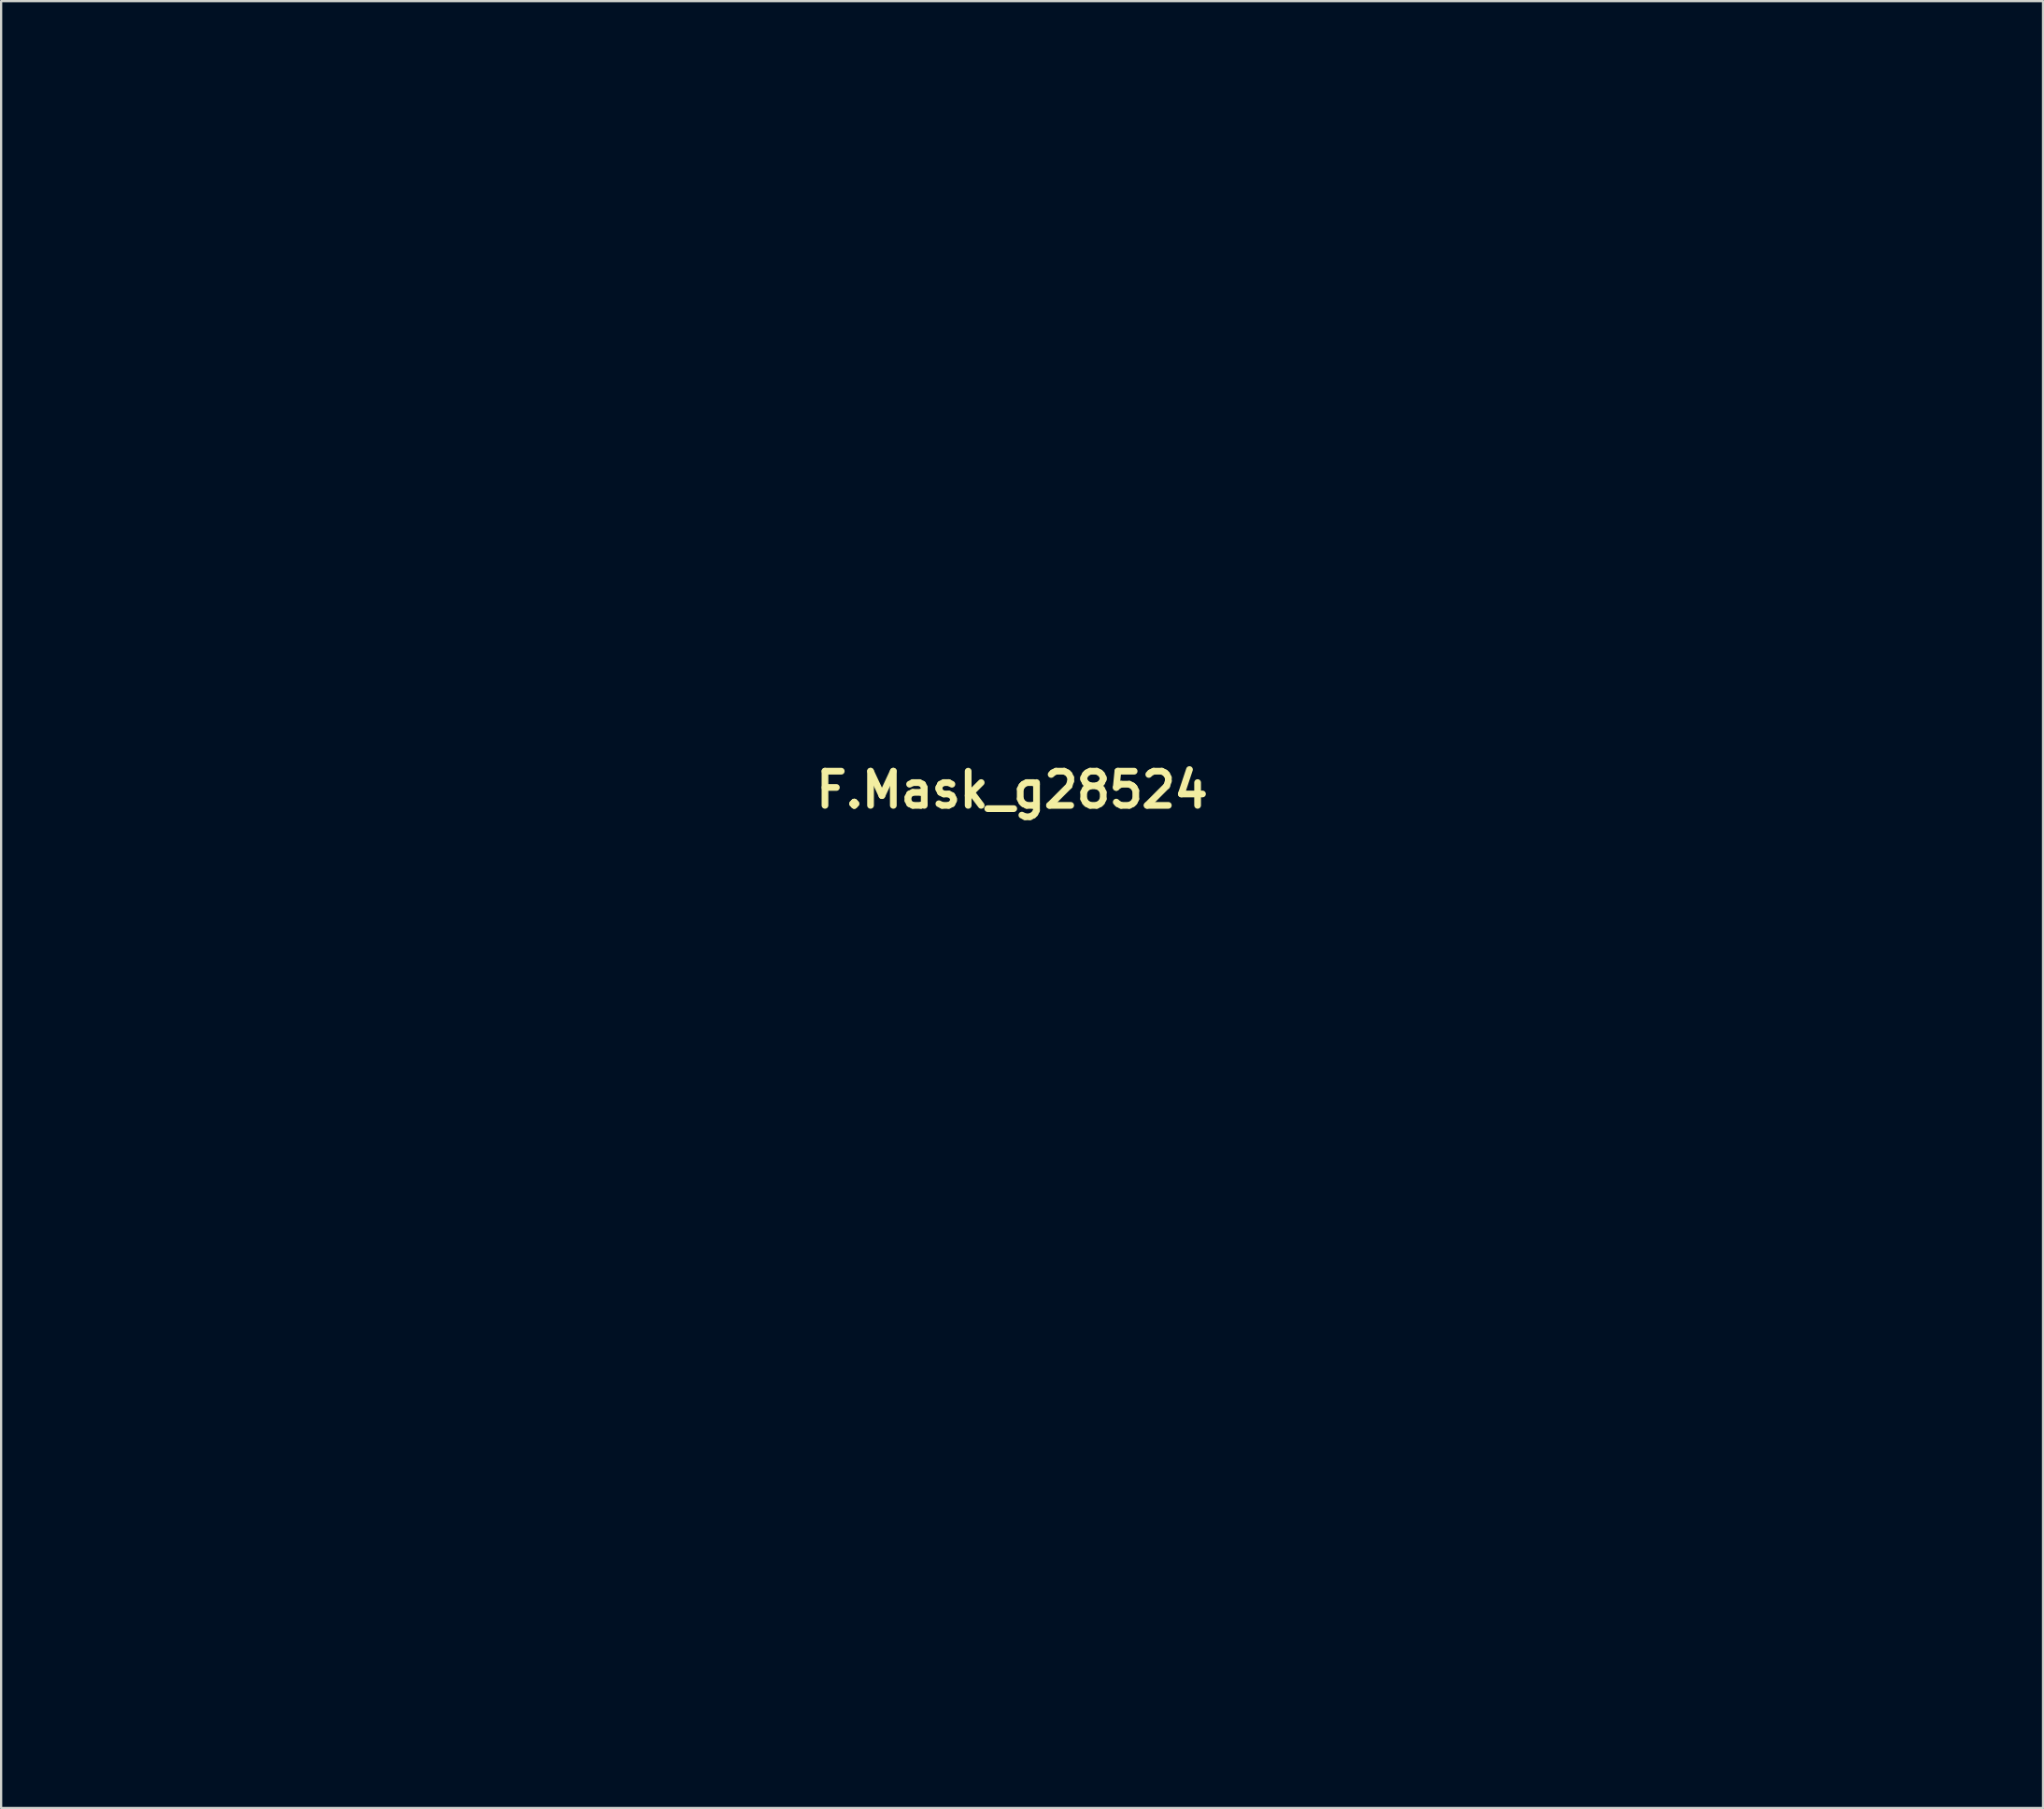
<source format=kicad_pcb>
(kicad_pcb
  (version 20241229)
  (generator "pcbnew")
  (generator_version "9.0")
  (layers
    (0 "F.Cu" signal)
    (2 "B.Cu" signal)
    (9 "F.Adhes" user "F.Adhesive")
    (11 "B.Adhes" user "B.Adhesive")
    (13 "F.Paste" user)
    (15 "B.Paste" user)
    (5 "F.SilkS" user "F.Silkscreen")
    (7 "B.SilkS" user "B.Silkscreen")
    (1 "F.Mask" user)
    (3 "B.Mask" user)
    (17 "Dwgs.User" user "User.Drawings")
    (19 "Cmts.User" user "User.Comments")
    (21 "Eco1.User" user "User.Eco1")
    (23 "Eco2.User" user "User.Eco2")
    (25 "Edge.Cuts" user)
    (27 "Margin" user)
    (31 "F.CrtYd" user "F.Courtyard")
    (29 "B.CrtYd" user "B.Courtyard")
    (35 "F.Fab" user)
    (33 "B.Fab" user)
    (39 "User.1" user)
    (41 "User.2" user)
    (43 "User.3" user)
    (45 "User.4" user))
  (footprint "F.Mask_g28524"
    (layer "F.Cu")
    (at 42.089 32.171)
    (property "Reference" "F.Mask_g28524" (at 0 0 0) (layer "F.SilkS") (effects (font (size 1.524 1.524) (thickness 0.3))))
    (attr through_hole)
    (fp_poly (pts (xy 39.532 12.992) (xy 39.834 13.061) (xy 40.126 13.168) (xy 40.411 13.311) (xy 40.619 13.443) (xy 40.893 13.651) (xy 41.135 13.878) (xy 41.347 14.126) (xy 41.529 14.398) (xy 41.683 14.696) (xy 41.81 15.022) (xy 41.912 15.377) (xy 41.989 15.766) (xy 42.02 15.981) (xy 42.03 16.091) (xy 42.038 16.235) (xy 42.043 16.405) (xy 42.046 16.591) (xy 42.046 16.785) (xy 42.044 16.979) (xy 42.04 17.165) (xy 42.033 17.333) (xy 42.024 17.476) (xy 42.02 17.526) (xy 41.945 18.126) (xy 41.839 18.753) (xy 41.703 19.405) (xy 41.538 20.082) (xy 41.392 20.613) (xy 41.265 21.023) (xy 41.121 21.425) (xy 40.958 21.825) (xy 40.775 22.227) (xy 40.568 22.636) (xy 40.335 23.056) (xy 40.075 23.492) (xy 39.785 23.947) (xy 39.671 24.119) (xy 39.519 24.345) (xy 39.373 24.558) (xy 39.231 24.759) (xy 39.088 24.955) (xy 38.944 25.147) (xy 38.794 25.34) (xy 38.635 25.538) (xy 38.465 25.743) (xy 38.281 25.96) (xy 38.08 26.193) (xy 37.859 26.444) (xy 37.615 26.717) (xy 37.345 27.016) (xy 37.285 27.083) (xy 37.031 27.362) (xy 36.775 27.642) (xy 36.517 27.922) (xy 36.259 28.201) (xy 36.005 28.475) (xy 35.754 28.743) (xy 35.509 29.004) (xy 35.272 29.255) (xy 35.044 29.494) (xy 34.828 29.72) (xy 34.625 29.931) (xy 34.436 30.124) (xy 34.265 30.299) (xy 34.112 30.453) (xy 33.979 30.584) (xy 33.868 30.69) (xy 33.781 30.77) (xy 33.72 30.822) (xy 33.697 30.838) (xy 33.634 30.87) (xy 33.581 30.878) (xy 33.514 30.865) (xy 33.51 30.864) (xy 33.475 30.849) (xy 33.435 30.819) (xy 33.385 30.771) (xy 33.323 30.703) (xy 33.246 30.611) (xy 33.152 30.493) (xy 33.039 30.345) (xy 32.957 30.237) (xy 32.689 29.875) (xy 32.433 29.52) (xy 32.191 29.174) (xy 31.964 28.84) (xy 31.755 28.522) (xy 31.565 28.223) (xy 31.397 27.945) (xy 31.253 27.692) (xy 31.134 27.467) (xy 31.107 27.411) (xy 31.005 27.188) (xy 30.918 26.968) (xy 30.843 26.746) (xy 30.78 26.518) (xy 30.729 26.279) (xy 30.69 26.026) (xy 30.661 25.754) (xy 30.642 25.459) (xy 30.633 25.137) (xy 30.632 24.784) (xy 30.64 24.396) (xy 30.647 24.172) (xy 30.661 23.815) (xy 30.677 23.496) (xy 30.694 23.21) (xy 30.713 22.954) (xy 30.736 22.723) (xy 30.762 22.513) (xy 30.791 22.32) (xy 30.825 22.139) (xy 30.863 21.966) (xy 30.907 21.797) (xy 30.926 21.728) (xy 31.143 21.039) (xy 31.391 20.361) (xy 31.668 19.698) (xy 31.973 19.052) (xy 32.305 18.424) (xy 32.662 17.817) (xy 33.042 17.234) (xy 33.444 16.677) (xy 33.867 16.147) (xy 34.308 15.648) (xy 34.766 15.182) (xy 35.241 14.75) (xy 35.729 14.356) (xy 35.941 14.2) (xy 36.234 13.999) (xy 36.525 13.819) (xy 36.829 13.648) (xy 37.042 13.539) (xy 37.447 13.35) (xy 37.834 13.197) (xy 38.204 13.082) (xy 38.557 13.004) (xy 38.895 12.963) (xy 39.22 12.959) (xy 39.532 12.992)) (stroke (width 0.01) (type solid)) (fill yes) (layer "F.Mask"))
    (fp_poly (pts (xy 39.254 -4.793) (xy 39.444 -4.79) (xy 39.603 -4.78) (xy 39.743 -4.762) (xy 39.874 -4.734) (xy 40.009 -4.693) (xy 40.158 -4.638) (xy 40.165 -4.635) (xy 40.442 -4.504) (xy 40.708 -4.334) (xy 40.958 -4.129) (xy 41.19 -3.891) (xy 41.399 -3.624) (xy 41.546 -3.397) (xy 41.641 -3.215) (xy 41.738 -2.994) (xy 41.835 -2.737) (xy 41.932 -2.446) (xy 42.028 -2.126) (xy 42.122 -1.777) (xy 42.215 -1.405) (xy 42.304 -1.011) (xy 42.391 -0.599) (xy 42.473 -0.172) (xy 42.55 0.267) (xy 42.622 0.716) (xy 42.689 1.17) (xy 42.748 1.628) (xy 42.801 2.087) (xy 42.846 2.542) (xy 42.882 2.991) (xy 42.883 3.006) (xy 42.893 3.144) (xy 42.902 3.303) (xy 42.912 3.476) (xy 42.922 3.66) (xy 42.932 3.848) (xy 42.941 4.037) (xy 42.95 4.222) (xy 42.957 4.398) (xy 42.964 4.561) (xy 42.969 4.704) (xy 42.973 4.825) (xy 42.975 4.917) (xy 42.975 4.976) (xy 42.973 4.997) (xy 42.95 5.016) (xy 42.896 5.059) (xy 42.815 5.123) (xy 42.708 5.207) (xy 42.579 5.309) (xy 42.43 5.426) (xy 42.265 5.556) (xy 42.085 5.698) (xy 41.894 5.848) (xy 41.694 6.005) (xy 41.488 6.167) (xy 41.279 6.331) (xy 41.07 6.495) (xy 40.862 6.658) (xy 40.66 6.817) (xy 40.465 6.969) (xy 40.281 7.114) (xy 40.11 7.247) (xy 39.955 7.369) (xy 39.818 7.476) (xy 39.703 7.565) (xy 39.612 7.636) (xy 39.603 7.644) (xy 39.12 8.017) (xy 38.669 8.364) (xy 38.248 8.685) (xy 37.856 8.98) (xy 37.492 9.251) (xy 37.155 9.498) (xy 36.843 9.723) (xy 36.557 9.925) (xy 36.294 10.105) (xy 36.054 10.265) (xy 35.835 10.405) (xy 35.638 10.526) (xy 35.459 10.628) (xy 35.299 10.712) (xy 35.215 10.753) (xy 35.081 10.809) (xy 34.914 10.867) (xy 34.725 10.925) (xy 34.522 10.98) (xy 34.316 11.029) (xy 34.117 11.071) (xy 33.933 11.103) (xy 33.867 11.112) (xy 33.744 11.122) (xy 33.597 11.129) (xy 33.436 11.131) (xy 33.273 11.129) (xy 33.121 11.122) (xy 32.99 11.112) (xy 32.914 11.102) (xy 32.596 11.03) (xy 32.303 10.925) (xy 32.03 10.785) (xy 31.773 10.607) (xy 31.551 10.415) (xy 31.302 10.146) (xy 31.081 9.846) (xy 30.89 9.516) (xy 30.727 9.156) (xy 30.594 8.767) (xy 30.49 8.348) (xy 30.424 7.959) (xy 30.399 7.704) (xy 30.388 7.413) (xy 30.39 7.092) (xy 30.406 6.745) (xy 30.435 6.377) (xy 30.476 5.992) (xy 30.528 5.594) (xy 30.592 5.189) (xy 30.667 4.781) (xy 30.752 4.374) (xy 30.82 4.085) (xy 31.003 3.399) (xy 31.21 2.746) (xy 31.444 2.122) (xy 31.705 1.526) (xy 31.994 0.954) (xy 32.314 0.404) (xy 32.666 -0.128) (xy 33.052 -0.643) (xy 33.473 -1.146) (xy 33.894 -1.602) (xy 34.284 -1.99) (xy 34.685 -2.362) (xy 35.093 -2.716) (xy 35.507 -3.05) (xy 35.923 -3.361) (xy 36.338 -3.649) (xy 36.749 -3.91) (xy 37.153 -4.142) (xy 37.547 -4.344) (xy 37.928 -4.514) (xy 38.294 -4.649) (xy 38.417 -4.688) (xy 38.555 -4.726) (xy 38.677 -4.755) (xy 38.797 -4.774) (xy 38.925 -4.786) (xy 39.072 -4.792) (xy 39.25 -4.793) (xy 39.254 -4.793)) (stroke (width 0.01) (type solid)) (fill yes) (layer "F.Mask"))
    (fp_poly (pts (xy -23.263 -32.139) (xy -23.25 -32.122) (xy -23.235 -32.092) (xy -23.226 -32.056) (xy -23.222 -32.003) (xy -23.223 -31.926) (xy -23.229 -31.818) (xy -23.243 -31.597) (xy -23.263 -31.339) (xy -23.288 -31.048) (xy -23.317 -30.73) (xy -23.35 -30.39) (xy -23.386 -30.032) (xy -23.424 -29.662) (xy -23.465 -29.283) (xy -23.507 -28.902) (xy -23.55 -28.522) (xy -23.594 -28.149) (xy -23.638 -27.788) (xy -23.681 -27.443) (xy -23.724 -27.119) (xy -23.764 -26.822) (xy -23.783 -26.691) (xy -23.876 -26.115) (xy -23.987 -25.56) (xy -24.116 -25.021) (xy -24.266 -24.494) (xy -24.438 -23.976) (xy -24.633 -23.462) (xy -24.854 -22.948) (xy -25.102 -22.43) (xy -25.379 -21.904) (xy -25.686 -21.366) (xy -26.025 -20.812) (xy -26.345 -20.317) (xy -26.562 -19.996) (xy -26.78 -19.691) (xy -26.996 -19.404) (xy -27.209 -19.136) (xy -27.415 -18.891) (xy -27.614 -18.671) (xy -27.804 -18.477) (xy -27.982 -18.312) (xy -28.146 -18.178) (xy -28.295 -18.077) (xy -28.427 -18.011) (xy -28.43 -18.01) (xy -28.506 -17.986) (xy -28.578 -17.977) (xy -28.669 -17.981) (xy -28.683 -17.983) (xy -28.764 -17.989) (xy -28.82 -17.986) (xy -28.867 -17.971) (xy -28.921 -17.942) (xy -28.981 -17.9) (xy -29.05 -17.836) (xy -29.133 -17.748) (xy -29.233 -17.631) (xy -29.351 -17.483) (xy -29.368 -17.462) (xy -29.423 -17.392) (xy -29.469 -17.333) (xy -29.499 -17.296) (xy -29.507 -17.287) (xy -29.529 -17.29) (xy -29.584 -17.309) (xy -29.665 -17.343) (xy -29.766 -17.387) (xy -29.881 -17.44) (xy -29.904 -17.45) (xy -30.027 -17.508) (xy -30.145 -17.561) (xy -30.247 -17.605) (xy -30.327 -17.638) (xy -30.378 -17.656) (xy -30.38 -17.656) (xy -30.443 -17.67) (xy -30.488 -17.666) (xy -30.536 -17.643) (xy -30.551 -17.634) (xy -30.645 -17.561) (xy -30.751 -17.45) (xy -30.868 -17.305) (xy -30.993 -17.128) (xy -31.125 -16.921) (xy -31.261 -16.688) (xy -31.295 -16.626) (xy -31.411 -16.421) (xy -31.514 -16.252) (xy -31.609 -16.114) (xy -31.699 -16.004) (xy -31.789 -15.919) (xy -31.883 -15.856) (xy -31.984 -15.809) (xy -32.098 -15.777) (xy -32.227 -15.755) (xy -32.286 -15.748) (xy -32.434 -15.737) (xy -32.609 -15.732) (xy -32.797 -15.731) (xy -32.982 -15.736) (xy -33.15 -15.747) (xy -33.189 -15.75) (xy -33.385 -15.781) (xy -33.552 -15.834) (xy -33.697 -15.915) (xy -33.831 -16.028) (xy -33.936 -16.145) (xy -34.14 -16.426) (xy -34.316 -16.738) (xy -34.467 -17.081) (xy -34.591 -17.455) (xy -34.689 -17.861) (xy -34.761 -18.3) (xy -34.796 -18.627) (xy -34.803 -18.715) (xy -34.81 -18.838) (xy -34.819 -18.984) (xy -34.828 -19.147) (xy -34.836 -19.317) (xy -34.843 -19.454) (xy -34.869 -20.039) (xy -34.502 -20.597) (xy -34.31 -20.889) (xy -34.135 -21.151) (xy -33.973 -21.391) (xy -33.818 -21.616) (xy -33.665 -21.833) (xy -33.511 -22.049) (xy -33.349 -22.27) (xy -33.176 -22.504) (xy -33.076 -22.638) (xy -32.645 -23.202) (xy -32.193 -23.774) (xy -31.725 -24.35) (xy -31.244 -24.925) (xy -30.752 -25.497) (xy -30.255 -26.061) (xy -29.754 -26.613) (xy -29.253 -27.149) (xy -28.757 -27.666) (xy -28.268 -28.16) (xy -27.79 -28.627) (xy -27.327 -29.063) (xy -27.03 -29.333) (xy -26.796 -29.54) (xy -26.551 -29.751) (xy -26.3 -29.965) (xy -26.043 -30.179) (xy -25.784 -30.392) (xy -25.525 -30.602) (xy -25.269 -30.807) (xy -25.018 -31.004) (xy -24.774 -31.192) (xy -24.54 -31.37) (xy -24.319 -31.534) (xy -24.113 -31.684) (xy -23.925 -31.817) (xy -23.756 -31.932) (xy -23.61 -32.026) (xy -23.489 -32.097) (xy -23.396 -32.145) (xy -23.343 -32.163) (xy -23.297 -32.166) (xy -23.263 -32.139)) (stroke (width 0.01) (type solid)) (fill yes) (layer "F.Mask"))
    (fp_poly (pts (xy 25.35 26.194) (xy 25.568 26.195) (xy 25.752 26.198) (xy 25.907 26.202) (xy 26.036 26.208) (xy 26.144 26.217) (xy 26.235 26.228) (xy 26.313 26.243) (xy 26.382 26.262) (xy 26.447 26.285) (xy 26.512 26.312) (xy 26.559 26.334) (xy 26.769 26.456) (xy 26.972 26.618) (xy 27.166 26.816) (xy 27.349 27.048) (xy 27.52 27.311) (xy 27.677 27.603) (xy 27.818 27.921) (xy 27.943 28.263) (xy 28.05 28.625) (xy 28.13 28.976) (xy 28.195 29.387) (xy 28.23 29.816) (xy 28.233 30.266) (xy 28.206 30.74) (xy 28.148 31.24) (xy 28.108 31.494) (xy 27.995 32.073) (xy 27.848 32.668) (xy 27.67 33.275) (xy 27.462 33.888) (xy 27.227 34.503) (xy 26.967 35.115) (xy 26.685 35.717) (xy 26.383 36.305) (xy 26.062 36.873) (xy 25.726 37.417) (xy 25.377 37.931) (xy 25.238 38.121) (xy 25.014 38.412) (xy 24.763 38.72) (xy 24.493 39.035) (xy 24.211 39.351) (xy 23.924 39.659) (xy 23.64 39.952) (xy 23.366 40.22) (xy 23.207 40.369) (xy 22.799 40.728) (xy 22.403 41.049) (xy 22.017 41.334) (xy 21.64 41.582) (xy 21.268 41.796) (xy 20.899 41.976) (xy 20.532 42.125) (xy 20.163 42.242) (xy 19.791 42.331) (xy 19.717 42.345) (xy 19.644 42.355) (xy 19.539 42.364) (xy 19.409 42.372) (xy 19.262 42.379) (xy 19.107 42.385) (xy 18.951 42.389) (xy 18.803 42.392) (xy 18.67 42.392) (xy 18.561 42.39) (xy 18.484 42.386) (xy 18.468 42.384) (xy 18.367 42.367) (xy 18.265 42.344) (xy 18.159 42.314) (xy 18.048 42.276) (xy 17.928 42.228) (xy 17.798 42.17) (xy 17.654 42.099) (xy 17.495 42.015) (xy 17.318 41.917) (xy 17.12 41.802) (xy 16.9 41.67) (xy 16.654 41.52) (xy 16.381 41.35) (xy 16.078 41.159) (xy 15.742 40.945) (xy 15.716 40.928) (xy 15.516 40.801) (xy 15.309 40.669) (xy 15.1 40.537) (xy 14.893 40.405) (xy 14.69 40.278) (xy 14.498 40.156) (xy 14.318 40.044) (xy 14.156 39.942) (xy 14.015 39.854) (xy 13.899 39.782) (xy 13.812 39.729) (xy 13.77 39.703) (xy 13.713 39.666) (xy 13.688 39.639) (xy 13.689 39.614) (xy 13.691 39.608) (xy 13.711 39.57) (xy 13.75 39.498) (xy 13.805 39.395) (xy 13.875 39.264) (xy 13.958 39.108) (xy 14.053 38.93) (xy 14.158 38.734) (xy 14.271 38.521) (xy 14.391 38.297) (xy 14.516 38.063) (xy 14.644 37.823) (xy 14.775 37.579) (xy 14.905 37.336) (xy 15.033 37.095) (xy 15.159 36.861) (xy 15.279 36.636) (xy 15.393 36.423) (xy 15.498 36.226) (xy 15.594 36.048) (xy 15.678 35.891) (xy 15.679 35.888) (xy 15.988 35.313) (xy 16.279 34.774) (xy 16.552 34.269) (xy 16.81 33.797) (xy 17.052 33.356) (xy 17.28 32.944) (xy 17.495 32.56) (xy 17.699 32.202) (xy 17.891 31.869) (xy 18.074 31.558) (xy 18.248 31.268) (xy 18.415 30.998) (xy 18.575 30.746) (xy 18.729 30.51) (xy 18.879 30.288) (xy 19.026 30.079) (xy 19.17 29.881) (xy 19.314 29.693) (xy 19.456 29.513) (xy 19.6 29.339) (xy 19.746 29.169) (xy 19.895 29.002) (xy 20.048 28.837) (xy 20.206 28.671) (xy 20.37 28.503) (xy 20.509 28.363) (xy 20.844 28.04) (xy 21.166 27.751) (xy 21.481 27.491) (xy 21.796 27.256) (xy 22.117 27.042) (xy 22.449 26.844) (xy 22.799 26.659) (xy 23.126 26.502) (xy 23.268 26.438) (xy 23.394 26.384) (xy 23.509 26.338) (xy 23.619 26.3) (xy 23.728 26.27) (xy 23.841 26.246) (xy 23.962 26.227) (xy 24.098 26.214) (xy 24.252 26.205) (xy 24.43 26.199) (xy 24.637 26.196) (xy 24.877 26.194) (xy 25.093 26.194) (xy 25.35 26.194)) (stroke (width 0.01) (type solid)) (fill yes) (layer "F.Mask"))
    (fp_poly (pts (xy -34.153 -12.102) (xy -34.071 -12.101) (xy -34.024 -12.098) (xy -34.015 -12.096) (xy -34.025 -12.068) (xy -34.054 -12.006) (xy -34.1 -11.913) (xy -34.161 -11.794) (xy -34.236 -11.65) (xy -34.322 -11.486) (xy -34.419 -11.304) (xy -34.524 -11.109) (xy -34.636 -10.902) (xy -34.753 -10.688) (xy -34.873 -10.47) (xy -34.994 -10.251) (xy -35.057 -10.139) (xy -35.178 -9.922) (xy -35.305 -9.694) (xy -35.434 -9.461) (xy -35.562 -9.232) (xy -35.685 -9.012) (xy -35.798 -8.808) (xy -35.899 -8.628) (xy -35.977 -8.488) (xy -36.189 -8.107) (xy -36.38 -7.758) (xy -36.555 -7.436) (xy -36.714 -7.138) (xy -36.861 -6.86) (xy -36.996 -6.596) (xy -37.033 -6.525) (xy -37.14 -6.307) (xy -37.226 -6.121) (xy -37.29 -5.965) (xy -37.333 -5.835) (xy -37.357 -5.729) (xy -37.362 -5.643) (xy -37.349 -5.575) (xy -37.33 -5.537) (xy -37.304 -5.506) (xy -37.251 -5.453) (xy -37.179 -5.383) (xy -37.093 -5.304) (xy -37.028 -5.246) (xy -36.888 -5.117) (xy -36.782 -5.009) (xy -36.707 -4.918) (xy -36.66 -4.842) (xy -36.641 -4.778) (xy -36.639 -4.76) (xy -36.654 -4.706) (xy -36.695 -4.635) (xy -36.722 -4.599) (xy -36.795 -4.5) (xy -36.841 -4.418) (xy -36.865 -4.342) (xy -36.872 -4.262) (xy -36.872 -4.26) (xy -36.859 -4.156) (xy -36.817 -4.05) (xy -36.746 -3.941) (xy -36.642 -3.827) (xy -36.504 -3.704) (xy -36.33 -3.571) (xy -36.145 -3.442) (xy -36.006 -3.347) (xy -35.876 -3.251) (xy -35.759 -3.158) (xy -35.661 -3.073) (xy -35.587 -3.001) (xy -35.54 -2.944) (xy -35.528 -2.921) (xy -35.527 -2.894) (xy -35.537 -2.851) (xy -35.558 -2.791) (xy -35.592 -2.71) (xy -35.639 -2.608) (xy -35.699 -2.482) (xy -35.775 -2.332) (xy -35.867 -2.155) (xy -35.975 -1.949) (xy -36.101 -1.713) (xy -36.245 -1.446) (xy -36.409 -1.145) (xy -36.569 -0.851) (xy -36.662 -0.682) (xy -36.748 -0.523) (xy -36.827 -0.378) (xy -36.894 -0.252) (xy -36.95 -0.148) (xy -36.991 -0.071) (xy -37.014 -0.025) (xy -37.019 -0.014) (xy -37.034 0.017) (xy -37.066 0.081) (xy -37.112 0.169) (xy -37.169 0.278) (xy -37.234 0.4) (xy -37.275 0.477) (xy -37.385 0.684) (xy -37.496 0.899) (xy -37.606 1.114) (xy -37.708 1.32) (xy -37.8 1.508) (xy -37.876 1.67) (xy -37.892 1.705) (xy -37.972 1.84) (xy -38.089 1.98) (xy -38.24 2.124) (xy -38.422 2.27) (xy -38.631 2.416) (xy -38.863 2.559) (xy -39.114 2.698) (xy -39.38 2.83) (xy -39.659 2.954) (xy -39.946 3.067) (xy -40.237 3.168) (xy -40.529 3.254) (xy -40.818 3.323) (xy -40.82 3.324) (xy -41.006 3.359) (xy -41.19 3.388) (xy -41.365 3.408) (xy -41.522 3.421) (xy -41.656 3.424) (xy -41.758 3.417) (xy -41.777 3.414) (xy -41.851 3.382) (xy -41.914 3.315) (xy -41.966 3.211) (xy -42.007 3.07) (xy -42.038 2.9) (xy -42.05 2.788) (xy -42.06 2.64) (xy -42.068 2.46) (xy -42.075 2.252) (xy -42.08 2.024) (xy -42.083 1.779) (xy -42.084 1.522) (xy -42.083 1.26) (xy -42.08 0.997) (xy -42.075 0.738) (xy -42.069 0.488) (xy -42.061 0.254) (xy -42.05 0.039) (xy -42.039 -0.148) (xy -42.03 -0.27) (xy -42.019 -0.421) (xy -42.006 -0.588) (xy -41.994 -0.756) (xy -41.984 -0.9) (xy -41.959 -1.205) (xy -41.93 -1.499) (xy -41.896 -1.791) (xy -41.855 -2.088) (xy -41.807 -2.397) (xy -41.75 -2.728) (xy -41.683 -3.087) (xy -41.643 -3.291) (xy -41.518 -3.898) (xy -41.377 -4.534) (xy -41.222 -5.191) (xy -41.056 -5.861) (xy -40.881 -6.534) (xy -40.698 -7.201) (xy -40.511 -7.855) (xy -40.322 -8.487) (xy -40.132 -9.087) (xy -40.117 -9.133) (xy -40.087 -9.224) (xy -40.048 -9.342) (xy -40 -9.485) (xy -39.944 -9.648) (xy -39.883 -9.828) (xy -39.817 -10.02) (xy -39.749 -10.221) (xy -39.678 -10.427) (xy -39.607 -10.634) (xy -39.537 -10.838) (xy -39.469 -11.034) (xy -39.405 -11.22) (xy -39.346 -11.391) (xy -39.293 -11.544) (xy -39.247 -11.673) (xy -39.211 -11.777) (xy -39.185 -11.849) (xy -39.171 -11.888) (xy -39.168 -11.893) (xy -39.143 -11.899) (xy -39.08 -11.906) (xy -38.982 -11.915) (xy -38.854 -11.926) (xy -38.7 -11.937) (xy -38.524 -11.95) (xy -38.33 -11.963) (xy -38.122 -11.976) (xy -37.904 -11.989) (xy -37.68 -12.002) (xy -37.455 -12.015) (xy -37.231 -12.027) (xy -37.014 -12.038) (xy -36.807 -12.048) (xy -36.614 -12.056) (xy -36.44 -12.063) (xy -36.428 -12.064) (xy -36.237 -12.07) (xy -36.033 -12.075) (xy -35.819 -12.081) (xy -35.601 -12.086) (xy -35.381 -12.09) (xy -35.164 -12.094) (xy -34.954 -12.097) (xy -34.756 -12.1) (xy -34.572 -12.102) (xy -34.408 -12.103) (xy -34.267 -12.103) (xy -34.153 -12.102)) (stroke (width 0.01) (type solid)) (fill yes) (layer "F.Mask")))
  (gr_rect
    (start -3 -3)
    (end 88.068 77.568)
    (stroke (width 0.1) (type default))
    (fill no)
    (layer "Edge.Cuts")))
</source>
